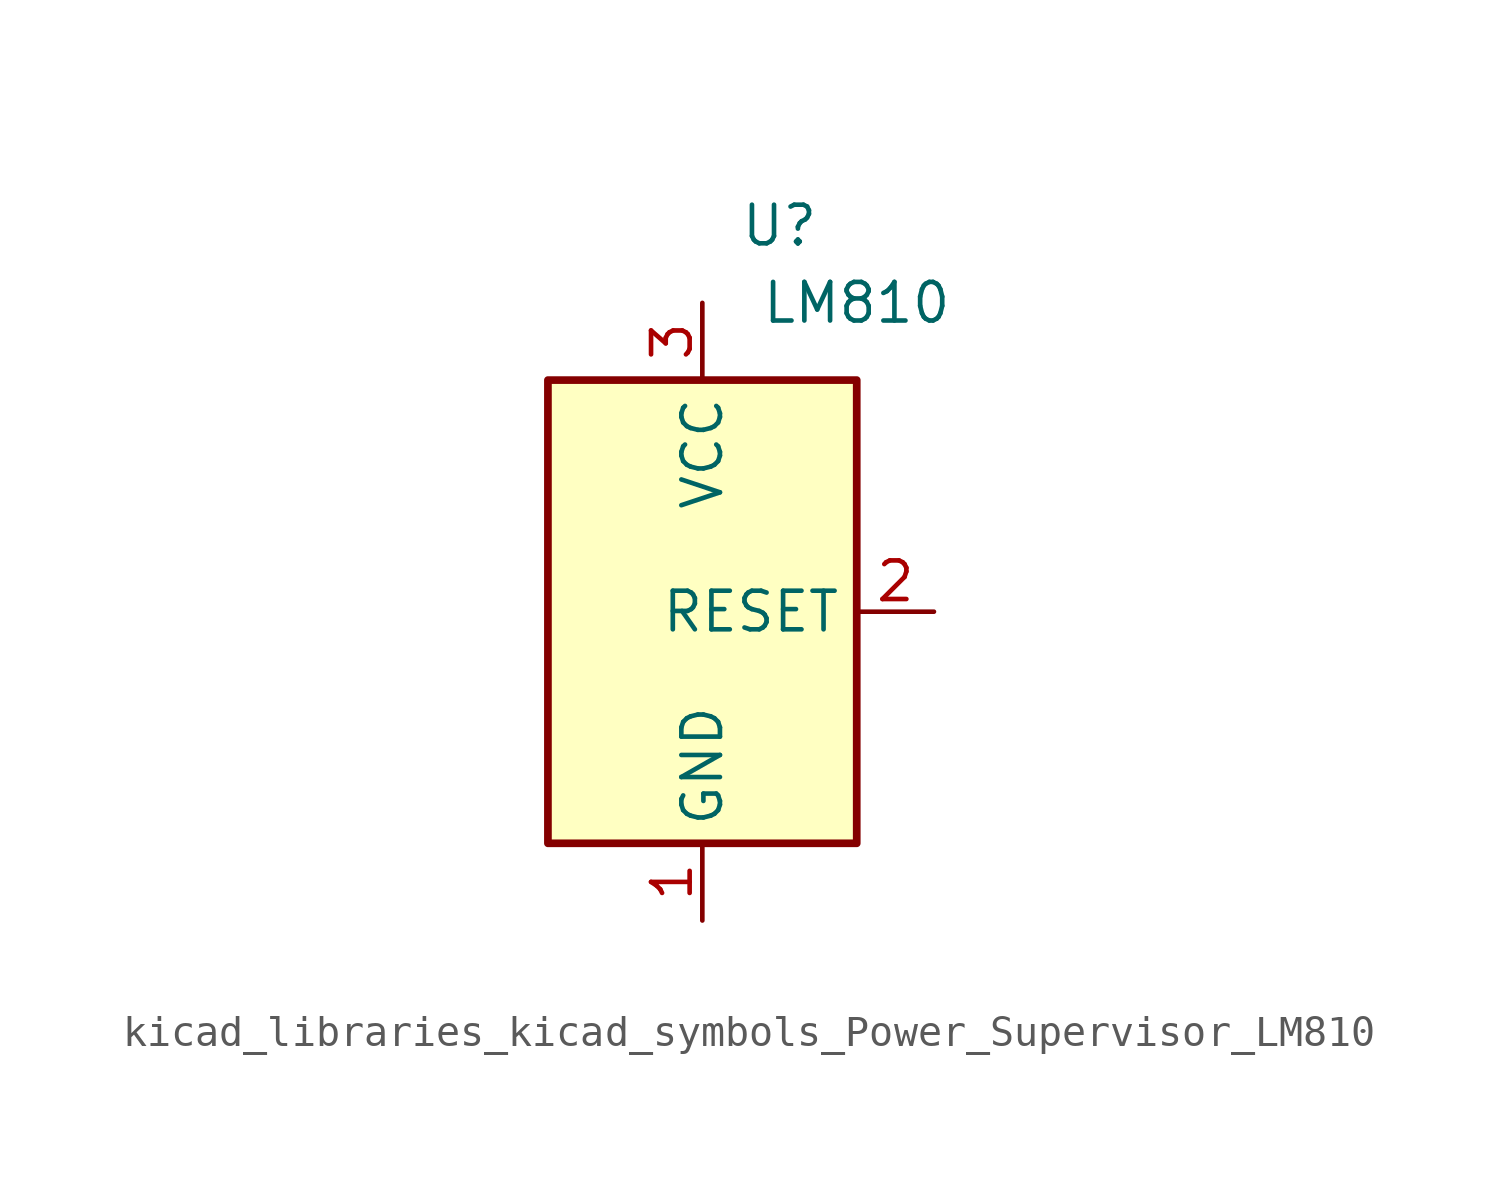
<source format=kicad_sym>
(kicad_symbol_lib
  (version 20220914)
  (generator kicad_symbol_editor)
  (symbol "kicad_libraries_kicad_symbols_Power_Supervisor_LM810"
    (property "Reference" "U"
      (at 2.54 12.7 0)
      (effects (font (size 1.27 1.27))))
    (property "Value" "LM810"
      (at 5.08 10.16 0)
      (effects (font (size 1.27 1.27))))
    (symbol "kicad_libraries_kicad_symbols_Power_Supervisor_LM810_0_1"
      (rectangle (start 5.08 7.62) (end -5.08 -7.62) (stroke (width 0.254) (type default)) (fill (type background))))
    (symbol "kicad_libraries_kicad_symbols_Power_Supervisor_LM810_1_1"
      (pin power_in line (at 0 -10.16 90) (length 2.54) (name "GND" (effects (font (size 1.27 1.27)))) (number "1" (effects (font (size 1.27 1.27)))))
      (pin output line (at 7.62 0 180) (length 2.54) (name "RESET" (effects (font (size 1.27 1.27)))) (number "2" (effects (font (size 1.27 1.27)))))
      (pin power_in line (at 0 10.16 270) (length 2.54) (name "VCC" (effects (font (size 1.27 1.27)))) (number "3" (effects (font (size 1.27 1.27))))))))
</source>
